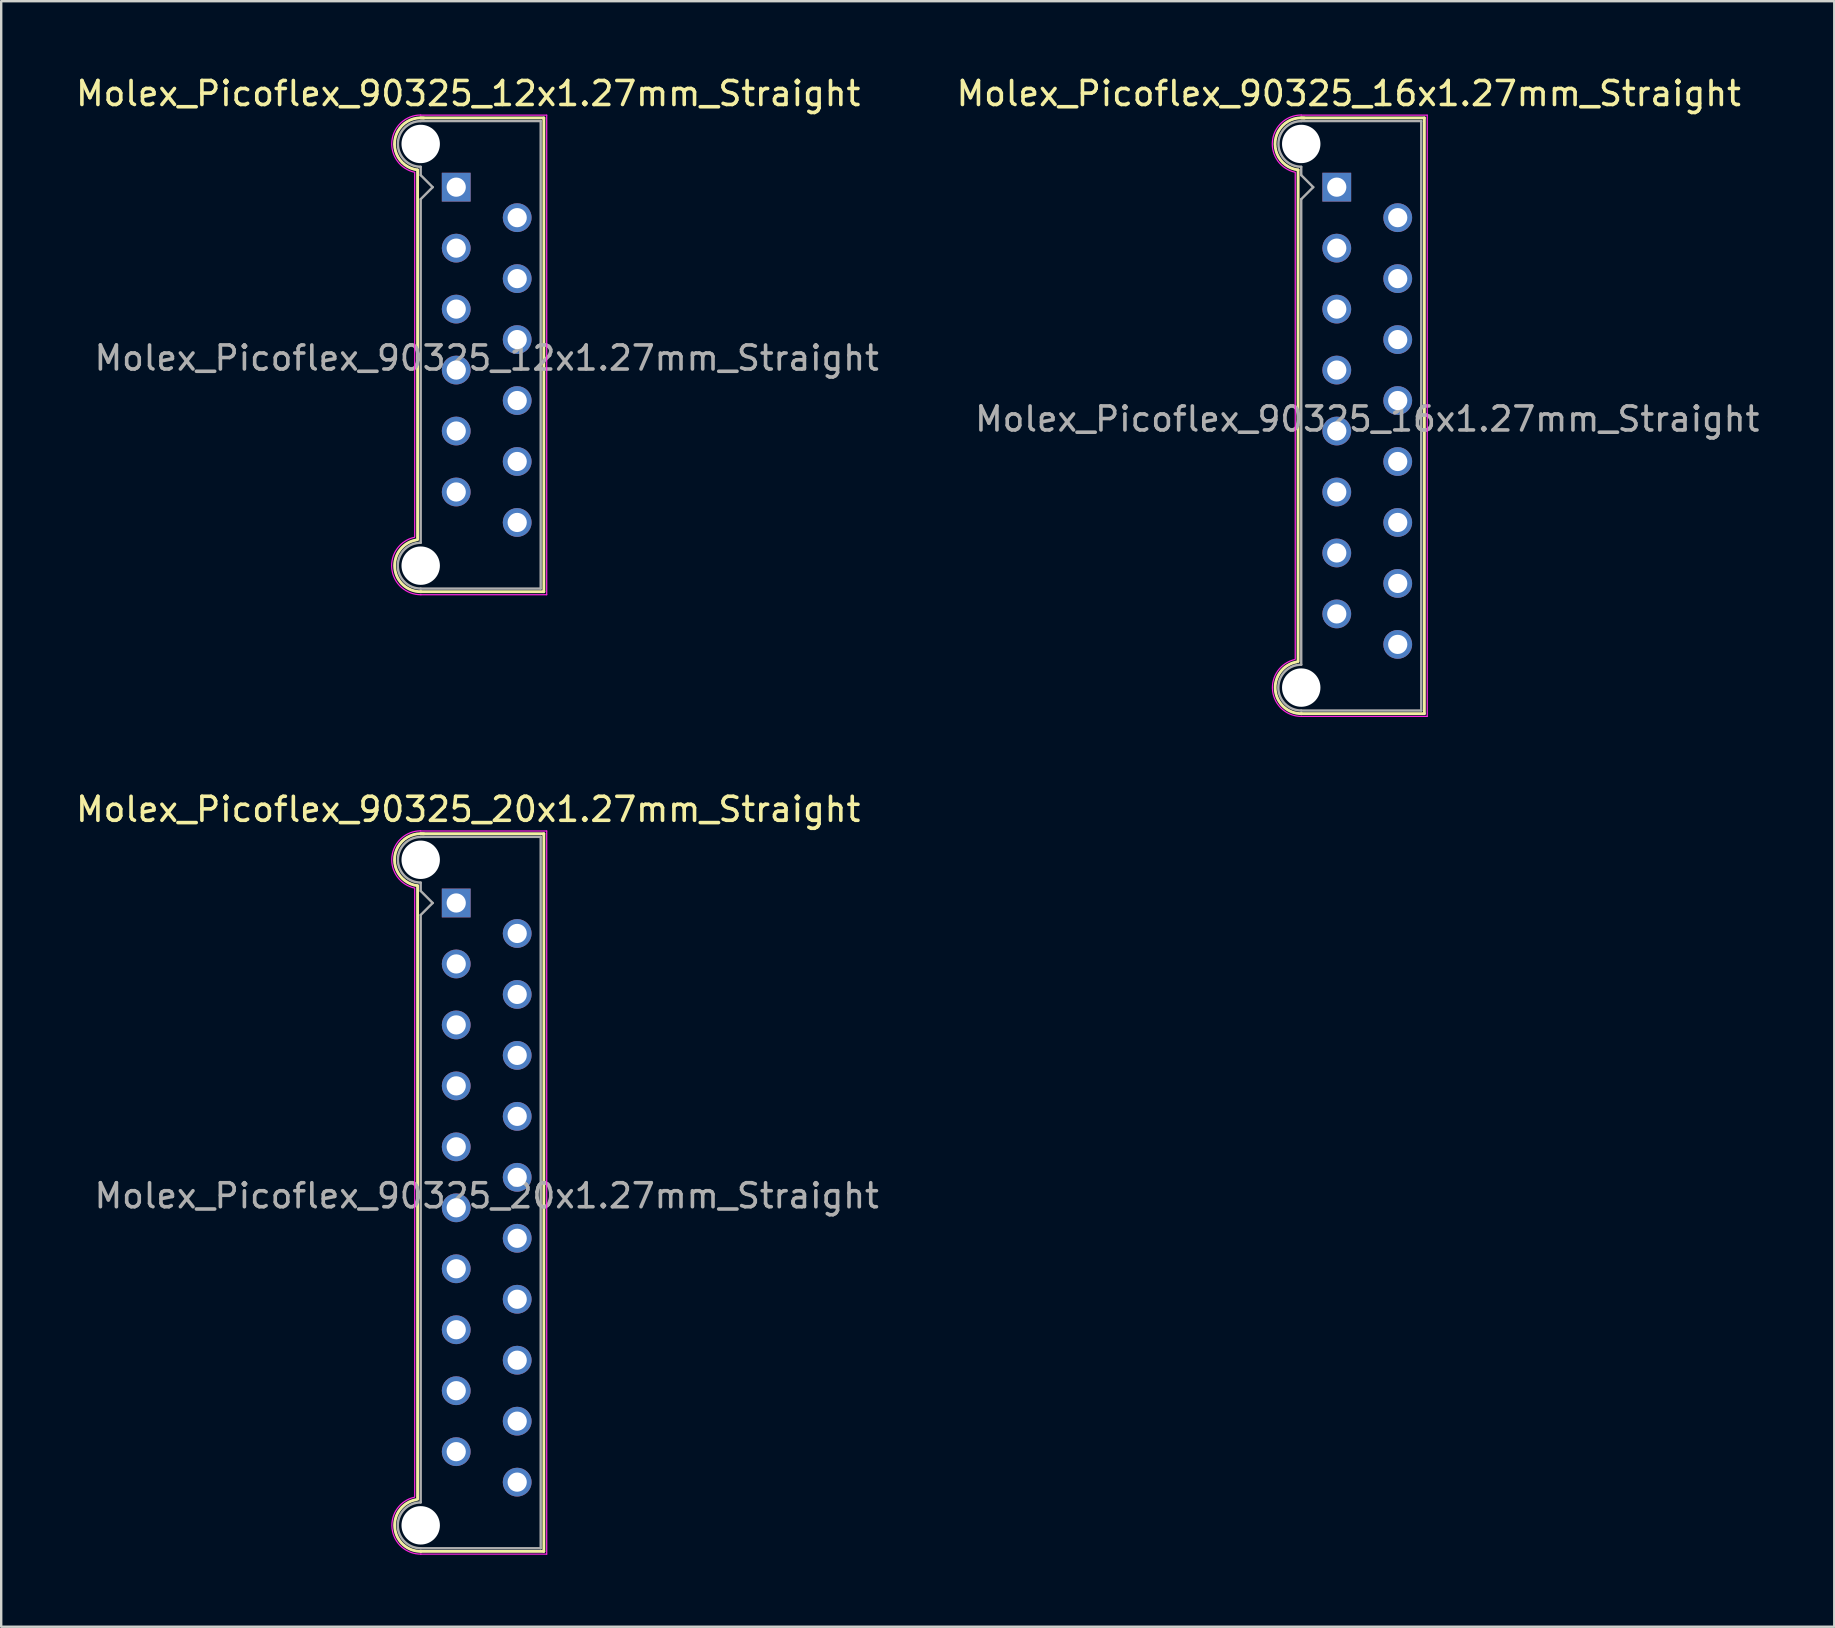
<source format=kicad_pcb>
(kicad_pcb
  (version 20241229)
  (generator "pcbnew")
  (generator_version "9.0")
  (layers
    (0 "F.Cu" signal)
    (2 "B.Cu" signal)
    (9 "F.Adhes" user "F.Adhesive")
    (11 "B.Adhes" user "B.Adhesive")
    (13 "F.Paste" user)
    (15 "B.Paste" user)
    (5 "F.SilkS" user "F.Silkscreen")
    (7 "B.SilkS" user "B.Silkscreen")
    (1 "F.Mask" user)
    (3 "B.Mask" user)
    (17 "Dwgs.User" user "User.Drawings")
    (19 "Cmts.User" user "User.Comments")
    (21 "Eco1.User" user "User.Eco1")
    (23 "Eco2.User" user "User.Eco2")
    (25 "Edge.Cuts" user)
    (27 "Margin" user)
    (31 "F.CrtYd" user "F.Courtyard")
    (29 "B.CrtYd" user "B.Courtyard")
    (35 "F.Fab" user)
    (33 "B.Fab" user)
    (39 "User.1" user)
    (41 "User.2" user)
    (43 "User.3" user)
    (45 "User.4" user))
  (footprint "Molex_Picoflex_90325_16x1.27mm_Straight"
    (layer "F.Cu")
    (at 52.645 4.748)
    (property "Reference" "Molex_Picoflex_90325_16x1.27mm_Straight" (at 0.5 -3.9 0) (layer "F.SilkS") (effects (font (size 1 1) (thickness 0.15))))
    (attr through_hole)
    (fp_line (start -1.61 -0.715) (end -1.61 19.765) (stroke (width 0.12) (type solid)) (layer "F.SilkS"))
    (fp_line (start -1.48 -2.885) (end 3.65 -2.885) (stroke (width 0.12) (type solid)) (layer "F.SilkS"))
    (fp_line (start 3.65 -2.885) (end 3.65 21.935) (stroke (width 0.12) (type solid)) (layer "F.SilkS"))
    (fp_line (start 3.65 21.935) (end -1.48 21.935) (stroke (width 0.12) (type solid)) (layer "F.SilkS"))
    (fp_arc (start -1.61 -0.72) (mid -2.56 -1.93) (end -1.35 -2.88) (stroke (width 0.12) (type solid)) (layer "F.SilkS"))
    (fp_arc (start -1.47 21.935) (mid -2.56 20.954526) (end -1.678256 19.78322) (stroke (width 0.12) (type solid)) (layer "F.SilkS"))
    (fp_line (start -1.73 -0.6) (end -1.73 19.65) (stroke (width 0.05) (type solid)) (layer "F.CrtYd"))
    (fp_line (start -1.48 -3) (end 3.77 -3) (stroke (width 0.05) (type solid)) (layer "F.CrtYd"))
    (fp_line (start 3.77 -3) (end 3.77 22.05) (stroke (width 0.05) (type solid)) (layer "F.CrtYd"))
    (fp_line (start 3.77 22.05) (end -1.48 22.05) (stroke (width 0.05) (type solid)) (layer "F.CrtYd"))
    (fp_arc (start -1.73 -0.62) (mid -2.679668 -1.925287) (end -1.480799 -3.006192) (stroke (width 0.05) (type solid)) (layer "F.CrtYd"))
    (fp_arc (start -1.47 22.05) (mid -2.672381 20.98538) (end -1.739276 19.678302) (stroke (width 0.05) (type solid)) (layer "F.CrtYd"))
    (fp_line (start -1.48 -2.755) (end 3.52 -2.755) (stroke (width 0.1) (type solid)) (layer "F.Fab"))
    (fp_line (start -1.48 -0.845) (end -1.48 -0.5) (stroke (width 0.1) (type solid)) (layer "F.Fab"))
    (fp_line (start -1.48 -0.5) (end -0.98 0) (stroke (width 0.1) (type solid)) (layer "F.Fab"))
    (fp_line (start -1.48 0.5) (end -1.48 19.895) (stroke (width 0.1) (type solid)) (layer "F.Fab"))
    (fp_line (start -0.98 0) (end -1.48 0.5) (stroke (width 0.1) (type solid)) (layer "F.Fab"))
    (fp_line (start 3.52 -2.755) (end 3.52 21.805) (stroke (width 0.1) (type solid)) (layer "F.Fab"))
    (fp_line (start 3.52 21.805) (end -1.48 21.805) (stroke (width 0.1) (type solid)) (layer "F.Fab"))
    (fp_arc (start -1.48 -0.85) (mid -2.43 -1.8) (end -1.48 -2.75) (stroke (width 0.1) (type solid)) (layer "F.Fab"))
    (fp_arc (start -1.48 21.805) (mid -2.435 20.85) (end -1.48 19.895) (stroke (width 0.1) (type solid)) (layer "F.Fab"))
    (fp_text user "${REFERENCE}" (at 1.27 9.66 0) (layer "F.Fab") (effects (font (size 1 1) (thickness 0.15))))
    (pad "" np_thru_hole circle (at -1.48 -1.8) (size 1.6 1.6) (drill 1.6) (layers "*.Cu"))
    (pad "" np_thru_hole circle (at -1.48 20.85) (size 1.6 1.6) (drill 1.6) (layers "*.Cu"))
    (pad "1" thru_hole rect (at 0 0) (size 1.2 1.2) (drill 0.8) (layers "*.Cu" "*.Mask"))
    (pad "2" thru_hole circle (at 2.54 1.27) (size 1.2 1.2) (drill 0.8) (layers "*.Cu" "*.Mask"))
    (pad "3" thru_hole circle (at 0 2.54) (size 1.2 1.2) (drill 0.8) (layers "*.Cu" "*.Mask"))
    (pad "4" thru_hole circle (at 2.54 3.81) (size 1.2 1.2) (drill 0.8) (layers "*.Cu" "*.Mask"))
    (pad "5" thru_hole circle (at 0 5.08) (size 1.2 1.2) (drill 0.8) (layers "*.Cu" "*.Mask"))
    (pad "6" thru_hole circle (at 2.54 6.35) (size 1.2 1.2) (drill 0.8) (layers "*.Cu" "*.Mask"))
    (pad "7" thru_hole circle (at 0 7.62) (size 1.2 1.2) (drill 0.8) (layers "*.Cu" "*.Mask"))
    (pad "8" thru_hole circle (at 2.54 8.89) (size 1.2 1.2) (drill 0.8) (layers "*.Cu" "*.Mask"))
    (pad "9" thru_hole circle (at 0 10.16) (size 1.2 1.2) (drill 0.8) (layers "*.Cu" "*.Mask"))
    (pad "10" thru_hole circle (at 2.54 11.43) (size 1.2 1.2) (drill 0.8) (layers "*.Cu" "*.Mask"))
    (pad "11" thru_hole circle (at 0 12.7) (size 1.2 1.2) (drill 0.8) (layers "*.Cu" "*.Mask"))
    (pad "12" thru_hole circle (at 2.54 13.97) (size 1.2 1.2) (drill 0.8) (layers "*.Cu" "*.Mask"))
    (pad "13" thru_hole circle (at 0 15.24) (size 1.2 1.2) (drill 0.8) (layers "*.Cu" "*.Mask"))
    (pad "14" thru_hole circle (at 2.54 16.51) (size 1.2 1.2) (drill 0.8) (layers "*.Cu" "*.Mask"))
    (pad "15" thru_hole circle (at 0 17.78) (size 1.2 1.2) (drill 0.8) (layers "*.Cu" "*.Mask"))
    (pad "16" thru_hole circle (at 2.54 19.05) (size 1.2 1.2) (drill 0.8) (layers "*.Cu" "*.Mask")))
  (footprint "Molex_Picoflex_90325_20x1.27mm_Straight"
    (layer "F.Cu")
    (at 15.958 34.572)
    (property "Reference" "Molex_Picoflex_90325_20x1.27mm_Straight" (at 0.5 -3.9 0) (layer "F.SilkS") (effects (font (size 1 1) (thickness 0.15))))
    (attr through_hole)
    (fp_line (start -1.61 -0.715) (end -1.61 24.845) (stroke (width 0.12) (type solid)) (layer "F.SilkS"))
    (fp_line (start -1.48 -2.885) (end 3.65 -2.885) (stroke (width 0.12) (type solid)) (layer "F.SilkS"))
    (fp_line (start 3.65 -2.885) (end 3.65 27.015) (stroke (width 0.12) (type solid)) (layer "F.SilkS"))
    (fp_line (start 3.65 27.015) (end -1.48 27.015) (stroke (width 0.12) (type solid)) (layer "F.SilkS"))
    (fp_arc (start -1.61 -0.72) (mid -2.56 -1.93) (end -1.35 -2.88) (stroke (width 0.12) (type solid)) (layer "F.SilkS"))
    (fp_arc (start -1.47 27.015) (mid -2.56 26.034526) (end -1.678256 24.86322) (stroke (width 0.12) (type solid)) (layer "F.SilkS"))
    (fp_line (start -1.73 -0.6) (end -1.73 24.73) (stroke (width 0.05) (type solid)) (layer "F.CrtYd"))
    (fp_line (start -1.48 -3) (end 3.77 -3) (stroke (width 0.05) (type solid)) (layer "F.CrtYd"))
    (fp_line (start 3.77 -3) (end 3.77 27.13) (stroke (width 0.05) (type solid)) (layer "F.CrtYd"))
    (fp_line (start 3.77 27.13) (end -1.48 27.13) (stroke (width 0.05) (type solid)) (layer "F.CrtYd"))
    (fp_arc (start -1.73 -0.62) (mid -2.679668 -1.925287) (end -1.480799 -3.006192) (stroke (width 0.05) (type solid)) (layer "F.CrtYd"))
    (fp_arc (start -1.47 27.13) (mid -2.672381 26.06538) (end -1.739276 24.758302) (stroke (width 0.05) (type solid)) (layer "F.CrtYd"))
    (fp_line (start -1.48 -2.755) (end 3.52 -2.755) (stroke (width 0.1) (type solid)) (layer "F.Fab"))
    (fp_line (start -1.48 -0.845) (end -1.48 -0.5) (stroke (width 0.1) (type solid)) (layer "F.Fab"))
    (fp_line (start -1.48 -0.5) (end -0.98 0) (stroke (width 0.1) (type solid)) (layer "F.Fab"))
    (fp_line (start -1.48 0.5) (end -1.48 24.975) (stroke (width 0.1) (type solid)) (layer "F.Fab"))
    (fp_line (start -0.98 0) (end -1.48 0.5) (stroke (width 0.1) (type solid)) (layer "F.Fab"))
    (fp_line (start 3.52 -2.755) (end 3.52 26.885) (stroke (width 0.1) (type solid)) (layer "F.Fab"))
    (fp_line (start 3.52 26.885) (end -1.48 26.885) (stroke (width 0.1) (type solid)) (layer "F.Fab"))
    (fp_arc (start -1.48 -0.85) (mid -2.43 -1.8) (end -1.48 -2.75) (stroke (width 0.1) (type solid)) (layer "F.Fab"))
    (fp_arc (start -1.48 26.885) (mid -2.435 25.93) (end -1.48 24.975) (stroke (width 0.1) (type solid)) (layer "F.Fab"))
    (fp_text user "${REFERENCE}" (at 1.27 12.2 0) (layer "F.Fab") (effects (font (size 1 1) (thickness 0.15))))
    (pad "" np_thru_hole circle (at -1.48 -1.8) (size 1.6 1.6) (drill 1.6) (layers "*.Cu"))
    (pad "" np_thru_hole circle (at -1.48 25.93) (size 1.6 1.6) (drill 1.6) (layers "*.Cu"))
    (pad "1" thru_hole rect (at 0 0) (size 1.2 1.2) (drill 0.8) (layers "*.Cu" "*.Mask"))
    (pad "2" thru_hole circle (at 2.54 1.27) (size 1.2 1.2) (drill 0.8) (layers "*.Cu" "*.Mask"))
    (pad "3" thru_hole circle (at 0 2.54) (size 1.2 1.2) (drill 0.8) (layers "*.Cu" "*.Mask"))
    (pad "4" thru_hole circle (at 2.54 3.81) (size 1.2 1.2) (drill 0.8) (layers "*.Cu" "*.Mask"))
    (pad "5" thru_hole circle (at 0 5.08) (size 1.2 1.2) (drill 0.8) (layers "*.Cu" "*.Mask"))
    (pad "6" thru_hole circle (at 2.54 6.35) (size 1.2 1.2) (drill 0.8) (layers "*.Cu" "*.Mask"))
    (pad "7" thru_hole circle (at 0 7.62) (size 1.2 1.2) (drill 0.8) (layers "*.Cu" "*.Mask"))
    (pad "8" thru_hole circle (at 2.54 8.89) (size 1.2 1.2) (drill 0.8) (layers "*.Cu" "*.Mask"))
    (pad "9" thru_hole circle (at 0 10.16) (size 1.2 1.2) (drill 0.8) (layers "*.Cu" "*.Mask"))
    (pad "10" thru_hole circle (at 2.54 11.43) (size 1.2 1.2) (drill 0.8) (layers "*.Cu" "*.Mask"))
    (pad "11" thru_hole circle (at 0 12.7) (size 1.2 1.2) (drill 0.8) (layers "*.Cu" "*.Mask"))
    (pad "12" thru_hole circle (at 2.54 13.97) (size 1.2 1.2) (drill 0.8) (layers "*.Cu" "*.Mask"))
    (pad "13" thru_hole circle (at 0 15.24) (size 1.2 1.2) (drill 0.8) (layers "*.Cu" "*.Mask"))
    (pad "14" thru_hole circle (at 2.54 16.51) (size 1.2 1.2) (drill 0.8) (layers "*.Cu" "*.Mask"))
    (pad "15" thru_hole circle (at 0 17.78) (size 1.2 1.2) (drill 0.8) (layers "*.Cu" "*.Mask"))
    (pad "16" thru_hole circle (at 2.54 19.05) (size 1.2 1.2) (drill 0.8) (layers "*.Cu" "*.Mask"))
    (pad "17" thru_hole circle (at 0 20.32) (size 1.2 1.2) (drill 0.8) (layers "*.Cu" "*.Mask"))
    (pad "18" thru_hole circle (at 2.54 21.59) (size 1.2 1.2) (drill 0.8) (layers "*.Cu" "*.Mask"))
    (pad "19" thru_hole circle (at 0 22.86) (size 1.2 1.2) (drill 0.8) (layers "*.Cu" "*.Mask"))
    (pad "20" thru_hole circle (at 2.54 24.13) (size 1.2 1.2) (drill 0.8) (layers "*.Cu" "*.Mask")))
  (footprint "Molex_Picoflex_90325_12x1.27mm_Straight"
    (layer "F.Cu")
    (at 15.958 4.748)
    (property "Reference" "Molex_Picoflex_90325_12x1.27mm_Straight" (at 0.5 -3.9 0) (layer "F.SilkS") (effects (font (size 1 1) (thickness 0.15))))
    (attr through_hole)
    (fp_line (start -1.61 -0.715) (end -1.61 14.685) (stroke (width 0.12) (type solid)) (layer "F.SilkS"))
    (fp_line (start -1.48 -2.885) (end 3.65 -2.885) (stroke (width 0.12) (type solid)) (layer "F.SilkS"))
    (fp_line (start 3.65 -2.885) (end 3.65 16.855) (stroke (width 0.12) (type solid)) (layer "F.SilkS"))
    (fp_line (start 3.65 16.855) (end -1.48 16.855) (stroke (width 0.12) (type solid)) (layer "F.SilkS"))
    (fp_arc (start -1.61 -0.72) (mid -2.56 -1.93) (end -1.35 -2.88) (stroke (width 0.12) (type solid)) (layer "F.SilkS"))
    (fp_arc (start -1.47 16.855) (mid -2.56 15.874526) (end -1.678256 14.70322) (stroke (width 0.12) (type solid)) (layer "F.SilkS"))
    (fp_line (start -1.73 -0.6) (end -1.73 14.57) (stroke (width 0.05) (type solid)) (layer "F.CrtYd"))
    (fp_line (start -1.48 -3) (end 3.77 -3) (stroke (width 0.05) (type solid)) (layer "F.CrtYd"))
    (fp_line (start 3.77 -3) (end 3.77 16.98) (stroke (width 0.05) (type solid)) (layer "F.CrtYd"))
    (fp_line (start 3.77 16.98) (end -1.48 16.98) (stroke (width 0.05) (type solid)) (layer "F.CrtYd"))
    (fp_arc (start -1.73 -0.62) (mid -2.679668 -1.925287) (end -1.480799 -3.006192) (stroke (width 0.05) (type solid)) (layer "F.CrtYd"))
    (fp_arc (start -1.47 16.98) (mid -2.682326 15.906425) (end -1.741355 14.588521) (stroke (width 0.05) (type solid)) (layer "F.CrtYd"))
    (fp_line (start -1.48 -2.755) (end 3.52 -2.755) (stroke (width 0.1) (type solid)) (layer "F.Fab"))
    (fp_line (start -1.48 -0.845) (end -1.48 -0.5) (stroke (width 0.1) (type solid)) (layer "F.Fab"))
    (fp_line (start -1.48 -0.5) (end -0.98 0) (stroke (width 0.1) (type solid)) (layer "F.Fab"))
    (fp_line (start -1.48 0.5) (end -1.48 14.815) (stroke (width 0.1) (type solid)) (layer "F.Fab"))
    (fp_line (start -0.98 0) (end -1.48 0.5) (stroke (width 0.1) (type solid)) (layer "F.Fab"))
    (fp_line (start 3.52 -2.755) (end 3.52 16.725) (stroke (width 0.1) (type solid)) (layer "F.Fab"))
    (fp_line (start 3.52 16.725) (end -1.48 16.725) (stroke (width 0.1) (type solid)) (layer "F.Fab"))
    (fp_arc (start -1.48 -0.85) (mid -2.43 -1.8) (end -1.48 -2.75) (stroke (width 0.1) (type solid)) (layer "F.Fab"))
    (fp_arc (start -1.48 16.725) (mid -2.435 15.77) (end -1.48 14.815) (stroke (width 0.1) (type solid)) (layer "F.Fab"))
    (fp_text user "${REFERENCE}" (at 1.27 7.12 0) (layer "F.Fab") (effects (font (size 1 1) (thickness 0.15))))
    (pad "" np_thru_hole circle (at -1.48 -1.8) (size 1.6 1.6) (drill 1.6) (layers "*.Cu"))
    (pad "" np_thru_hole circle (at -1.48 15.77) (size 1.6 1.6) (drill 1.6) (layers "*.Cu"))
    (pad "1" thru_hole rect (at 0 0) (size 1.2 1.2) (drill 0.8) (layers "*.Cu" "*.Mask"))
    (pad "2" thru_hole circle (at 2.54 1.27) (size 1.2 1.2) (drill 0.8) (layers "*.Cu" "*.Mask"))
    (pad "3" thru_hole circle (at 0 2.54) (size 1.2 1.2) (drill 0.8) (layers "*.Cu" "*.Mask"))
    (pad "4" thru_hole circle (at 2.54 3.81) (size 1.2 1.2) (drill 0.8) (layers "*.Cu" "*.Mask"))
    (pad "5" thru_hole circle (at 0 5.08) (size 1.2 1.2) (drill 0.8) (layers "*.Cu" "*.Mask"))
    (pad "6" thru_hole circle (at 2.54 6.35) (size 1.2 1.2) (drill 0.8) (layers "*.Cu" "*.Mask"))
    (pad "7" thru_hole circle (at 0 7.62) (size 1.2 1.2) (drill 0.8) (layers "*.Cu" "*.Mask"))
    (pad "8" thru_hole circle (at 2.54 8.89) (size 1.2 1.2) (drill 0.8) (layers "*.Cu" "*.Mask"))
    (pad "9" thru_hole circle (at 0 10.16) (size 1.2 1.2) (drill 0.8) (layers "*.Cu" "*.Mask"))
    (pad "10" thru_hole circle (at 2.54 11.43) (size 1.2 1.2) (drill 0.8) (layers "*.Cu" "*.Mask"))
    (pad "11" thru_hole circle (at 0 12.7) (size 1.2 1.2) (drill 0.8) (layers "*.Cu" "*.Mask"))
    (pad "12" thru_hole circle (at 2.54 13.97) (size 1.2 1.2) (drill 0.8) (layers "*.Cu" "*.Mask")))
  (gr_rect
    (start -3 -3)
    (end 73.373 64.727)
    (stroke (width 0.1) (type default))
    (fill no)
    (layer "Edge.Cuts")))
</source>
